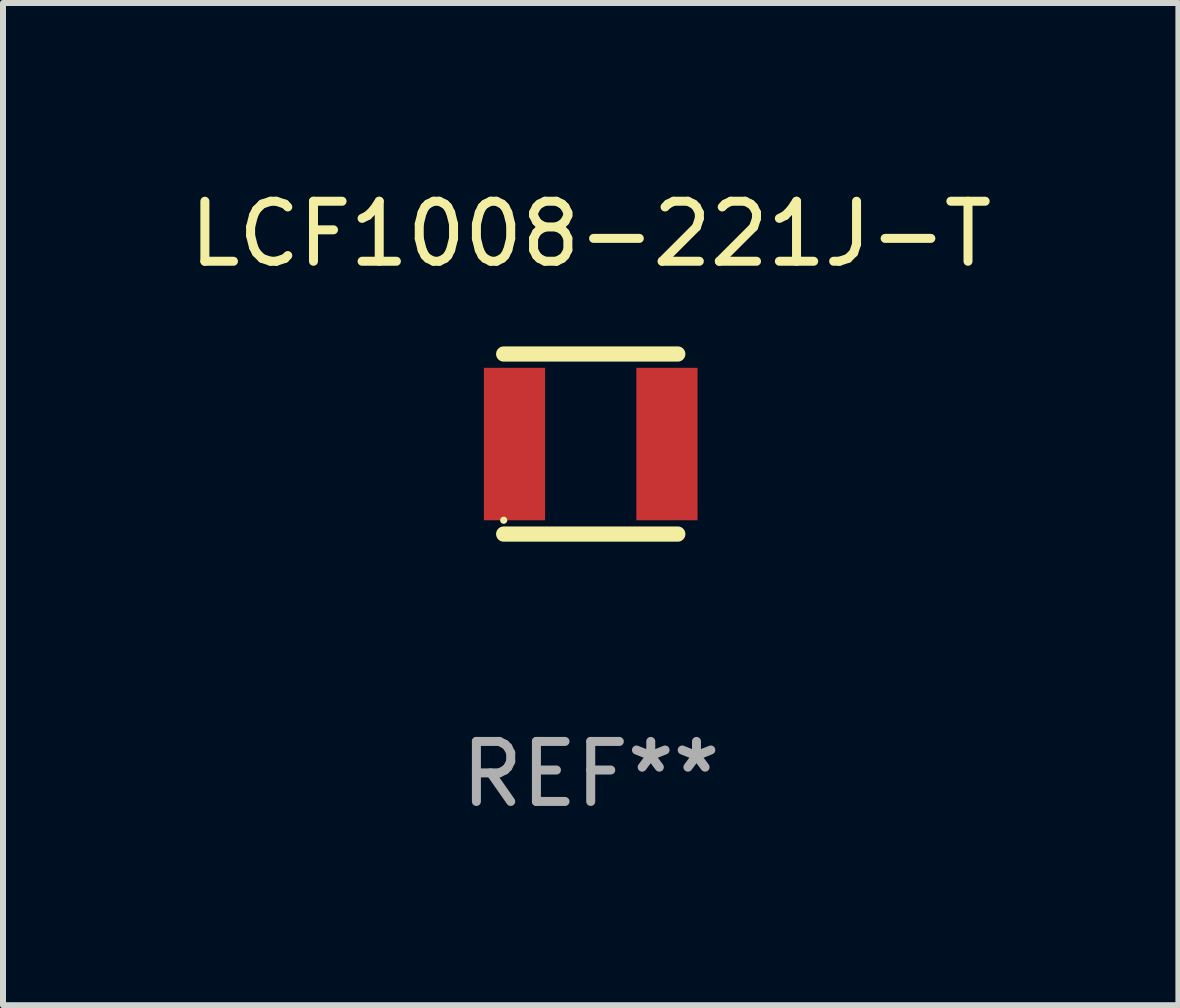
<source format=kicad_pcb>
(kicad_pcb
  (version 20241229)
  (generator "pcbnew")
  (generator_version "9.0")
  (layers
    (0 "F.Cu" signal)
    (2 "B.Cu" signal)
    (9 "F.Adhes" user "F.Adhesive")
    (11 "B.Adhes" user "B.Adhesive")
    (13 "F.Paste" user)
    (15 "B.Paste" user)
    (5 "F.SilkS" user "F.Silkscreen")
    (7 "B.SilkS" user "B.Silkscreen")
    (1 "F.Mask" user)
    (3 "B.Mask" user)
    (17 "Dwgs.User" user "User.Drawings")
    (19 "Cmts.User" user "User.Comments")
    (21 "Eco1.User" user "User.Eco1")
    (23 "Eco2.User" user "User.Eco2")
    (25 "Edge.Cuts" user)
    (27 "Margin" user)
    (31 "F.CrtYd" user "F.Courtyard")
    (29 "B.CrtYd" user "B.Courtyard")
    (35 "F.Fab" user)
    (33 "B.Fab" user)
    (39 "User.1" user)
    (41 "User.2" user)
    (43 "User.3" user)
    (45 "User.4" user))
  (footprint "LCF1008-221J-T"
    (layer "F.Cu")
    (at 6.792 4.348)
    (property "Reference" "LCF1008-221J-T" (at 0 -3.5 0) (layer "F.SilkS") (effects (font (size 1 1) (thickness 0.15))))
    (attr through_hole)
    (fp_line (start -1.45 -1.5) (end 1.45 -1.5) (stroke (width 0.254) (type solid)) (layer "F.SilkS"))
    (fp_line (start -1.45 1.5) (end 1.45 1.5) (stroke (width 0.254) (type solid)) (layer "F.SilkS"))
    (fp_circle (center -1.45 1.27) (end -1.42 1.27) (stroke (width 0.06) (type solid)) (fill no) (layer "F.SilkS"))
    (fp_text user "REF**" (at 0 5.5 0) (layer "F.Fab") (effects (font (size 1 1) (thickness 0.15))))
    (pad "1" smd rect (at -1.27 0 90) (size 2.54 1.02) (layers "F.Cu" "F.Mask" "F.Paste"))
    (pad "2" smd rect (at 1.27 0 90) (size 2.54 1.02) (layers "F.Cu" "F.Mask" "F.Paste")))
  (gr_rect
    (start -3 -3)
    (end 16.583 13.697)
    (stroke (width 0.1) (type default))
    (fill no)
    (layer "Edge.Cuts")))
</source>
